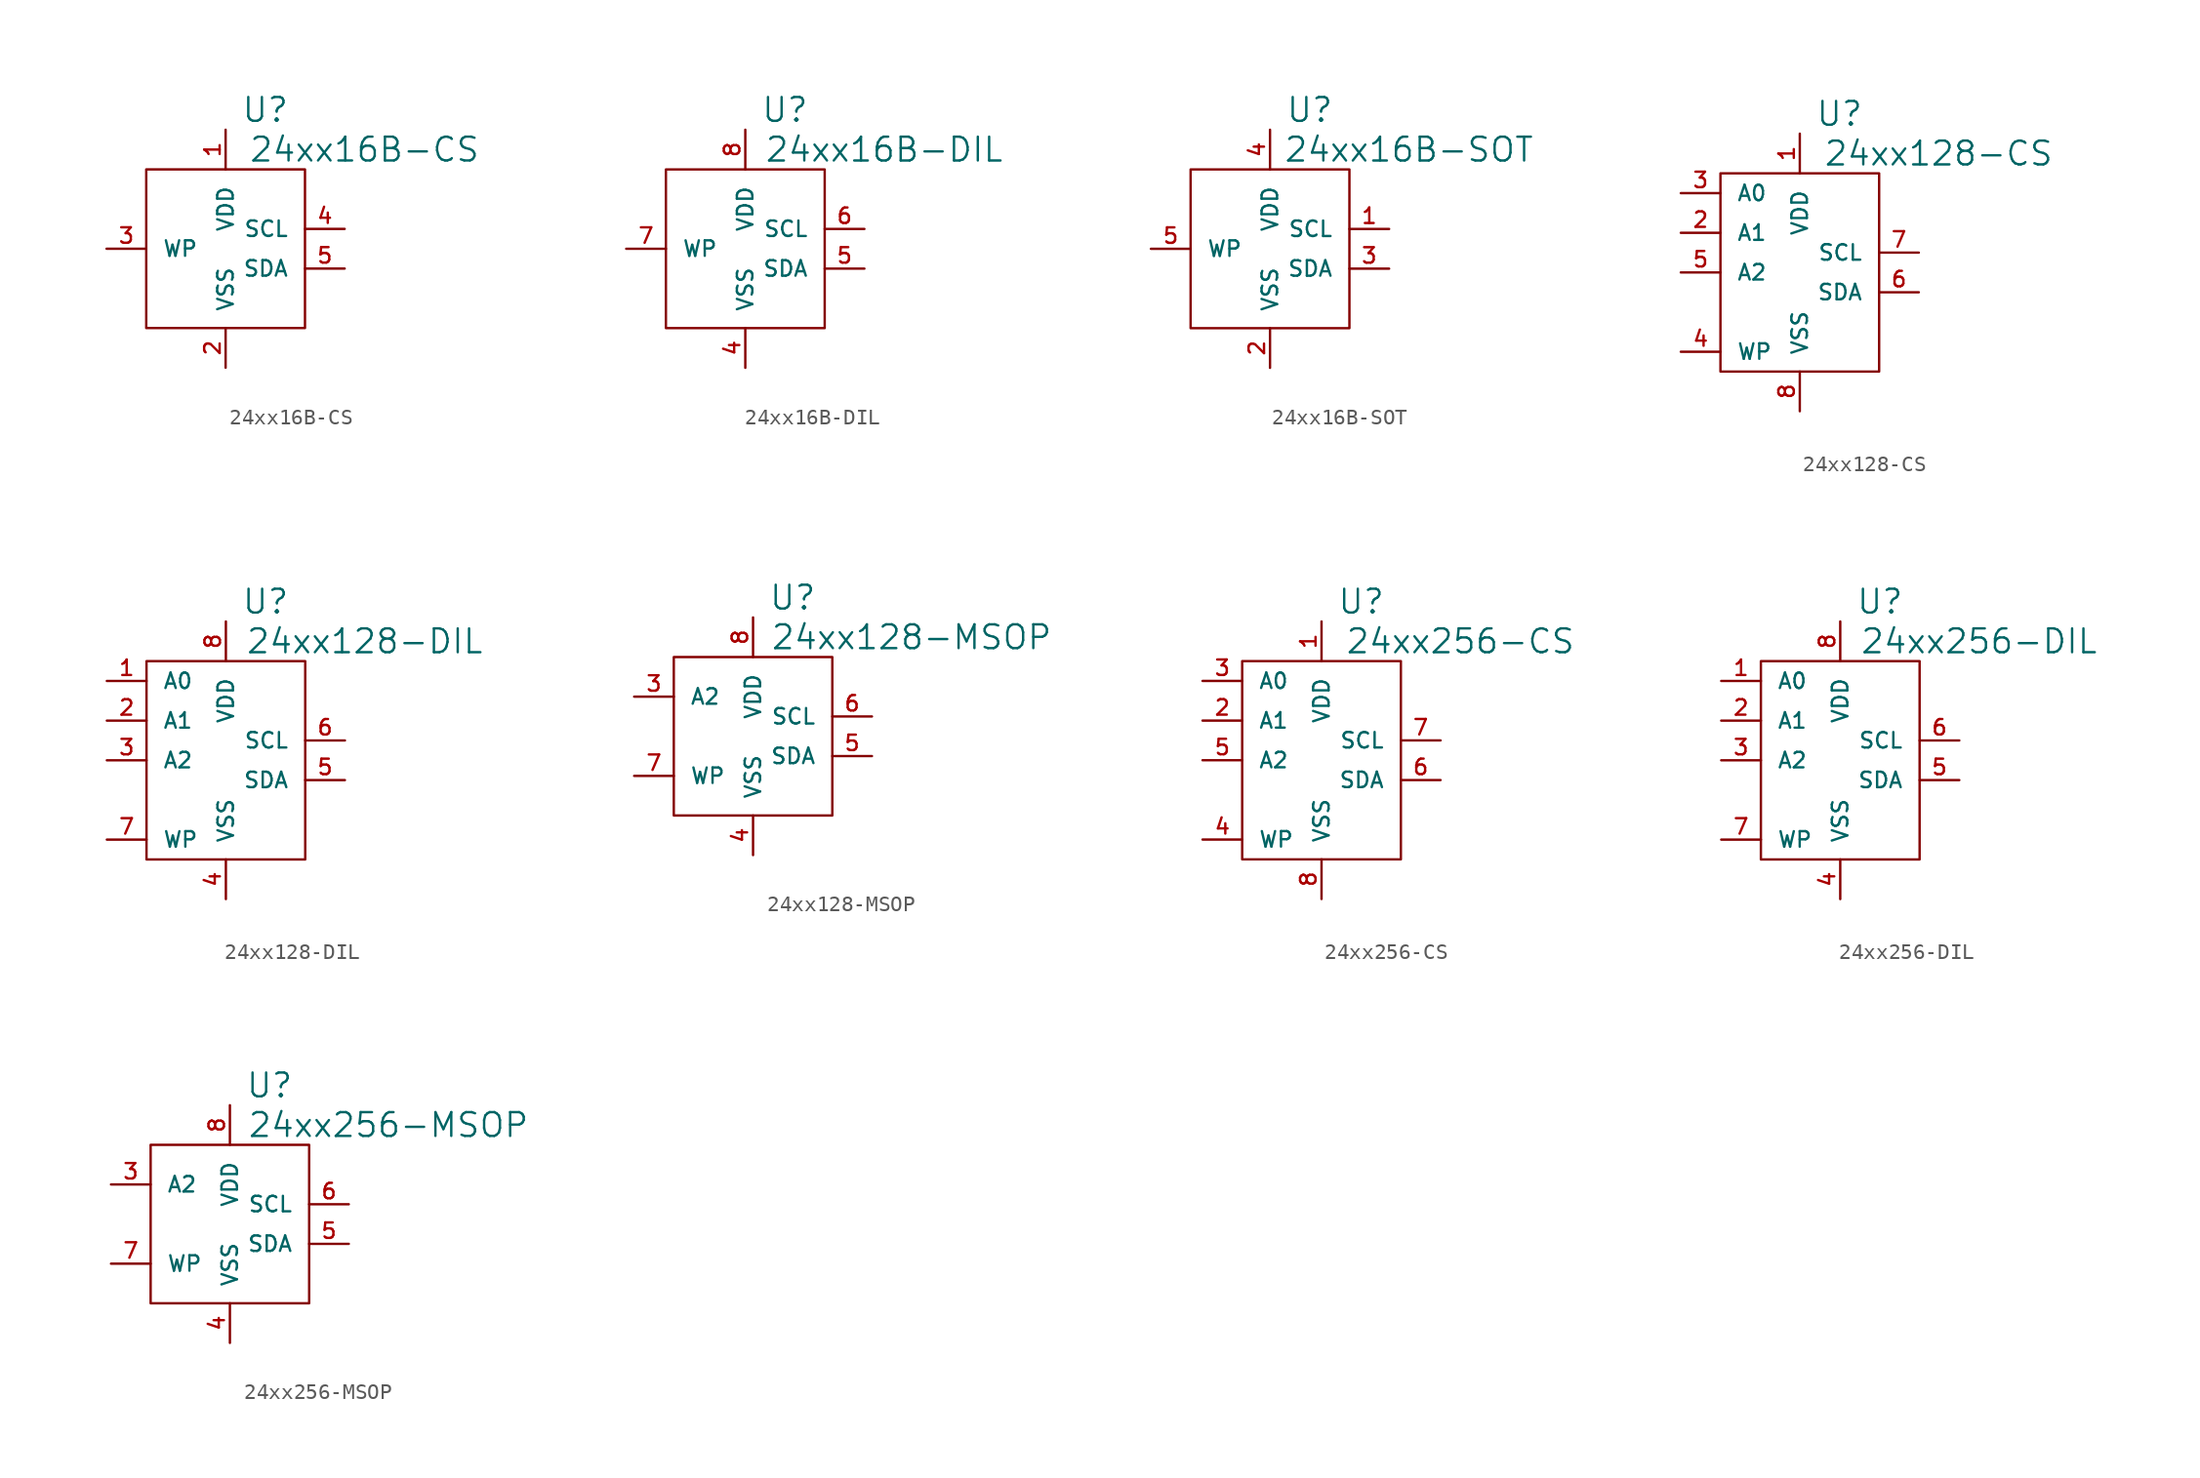
<source format=kicad_sym>
(kicad_symbol_lib
  (version 20220914)
  (generator kicad_symbol_editor)
  (symbol "24xx16B-CS"
    (pin_names
      (offset 1.016))
    (property "Reference" "U"
      (at 2.54 8.89 0)
      (effects (font (size 1.524 1.524))))
    (property "Value" "24xx16B-CS"
      (at 8.89 6.35 0)
      (effects (font (size 1.524 1.524))))
    (property "Footprint" ""
      (at 0 0 0)
      (effects (font (size 1.524 1.524))))
    (property "Datasheet" ""
      (at 0 0 0)
      (effects (font (size 1.524 1.524))))
    (symbol "24xx16B-CS_0_1"
      (rectangle (start 5.08 5.08) (end -5.08 -5.08) (stroke (width 0) (type solid)) (fill (type none))))
    (symbol "24xx16B-CS_1_1"
      (pin passive line (at 0 7.62 270) (length 2.54) (name "VDD" (effects (font (size 0.991 0.991)))) (number "1" (effects (font (size 0.991 0.991)))))
      (pin passive line (at 0 -7.62 90) (length 2.54) (name "VSS" (effects (font (size 0.991 0.991)))) (number "2" (effects (font (size 0.991 0.991)))))
      (pin passive line (at -7.62 0 0) (length 2.54) (name "WP" (effects (font (size 0.991 0.991)))) (number "3" (effects (font (size 0.991 0.991)))))
      (pin passive line (at 7.62 1.27 180) (length 2.54) (name "SCL" (effects (font (size 0.991 0.991)))) (number "4" (effects (font (size 0.991 0.991)))))
      (pin passive line (at 7.62 -1.27 180) (length 2.54) (name "SDA" (effects (font (size 0.991 0.991)))) (number "5" (effects (font (size 0.991 0.991)))))))
  (symbol "24xx16B-DIL"
    (pin_names
      (offset 1.016))
    (property "Reference" "U"
      (at 2.54 8.89 0)
      (effects (font (size 1.524 1.524))))
    (property "Value" "24xx16B-DIL"
      (at 8.89 6.35 0)
      (effects (font (size 1.524 1.524))))
    (property "Footprint" ""
      (at 0 0 0)
      (effects (font (size 1.524 1.524))))
    (property "Datasheet" ""
      (at 0 0 0)
      (effects (font (size 1.524 1.524))))
    (symbol "24xx16B-DIL_0_1"
      (rectangle (start 5.08 5.08) (end -5.08 -5.08) (stroke (width 0) (type solid)) (fill (type none))))
    (symbol "24xx16B-DIL_1_1"
      (pin passive line (at 0 -7.62 90) (length 2.54) (name "VSS" (effects (font (size 0.991 0.991)))) (number "4" (effects (font (size 0.991 0.991)))))
      (pin passive line (at 7.62 -1.27 180) (length 2.54) (name "SDA" (effects (font (size 0.991 0.991)))) (number "5" (effects (font (size 0.991 0.991)))))
      (pin passive line (at 7.62 1.27 180) (length 2.54) (name "SCL" (effects (font (size 0.991 0.991)))) (number "6" (effects (font (size 0.991 0.991)))))
      (pin passive line (at -7.62 0 0) (length 2.54) (name "WP" (effects (font (size 0.991 0.991)))) (number "7" (effects (font (size 0.991 0.991)))))
      (pin passive line (at 0 7.62 270) (length 2.54) (name "VDD" (effects (font (size 0.991 0.991)))) (number "8" (effects (font (size 0.991 0.991)))))))
  (symbol "24xx16B-SOT"
    (pin_names
      (offset 1.016))
    (property "Reference" "U"
      (at 2.54 8.89 0)
      (effects (font (size 1.524 1.524))))
    (property "Value" "24xx16B-SOT"
      (at 8.89 6.35 0)
      (effects (font (size 1.524 1.524))))
    (property "Footprint" ""
      (at 0 0 0)
      (effects (font (size 1.524 1.524))))
    (property "Datasheet" ""
      (at 0 0 0)
      (effects (font (size 1.524 1.524))))
    (symbol "24xx16B-SOT_0_1"
      (rectangle (start 5.08 5.08) (end -5.08 -5.08) (stroke (width 0) (type solid)) (fill (type none))))
    (symbol "24xx16B-SOT_1_1"
      (pin passive line (at 7.62 1.27 180) (length 2.54) (name "SCL" (effects (font (size 0.991 0.991)))) (number "1" (effects (font (size 0.991 0.991)))))
      (pin passive line (at 0 -7.62 90) (length 2.54) (name "VSS" (effects (font (size 0.991 0.991)))) (number "2" (effects (font (size 0.991 0.991)))))
      (pin passive line (at 7.62 -1.27 180) (length 2.54) (name "SDA" (effects (font (size 0.991 0.991)))) (number "3" (effects (font (size 0.991 0.991)))))
      (pin passive line (at 0 7.62 270) (length 2.54) (name "VDD" (effects (font (size 0.991 0.991)))) (number "4" (effects (font (size 0.991 0.991)))))
      (pin passive line (at -7.62 0 0) (length 2.54) (name "WP" (effects (font (size 0.991 0.991)))) (number "5" (effects (font (size 0.991 0.991)))))))
  (symbol "24xx128-CS"
    (pin_names
      (offset 1.016))
    (property "Reference" "U"
      (at 2.54 10.16 0)
      (effects (font (size 1.524 1.524))))
    (property "Value" "24xx128-CS"
      (at 8.89 7.62 0)
      (effects (font (size 1.524 1.524))))
    (property "Footprint" ""
      (at 0 0 0)
      (effects (font (size 1.524 1.524))))
    (property "Datasheet" ""
      (at 0 0 0)
      (effects (font (size 1.524 1.524))))
    (symbol "24xx128-CS_0_1"
      (rectangle (start -5.08 6.35) (end 5.08 -6.35) (stroke (width 0) (type solid)) (fill (type none))))
    (symbol "24xx128-CS_1_1"
      (pin passive line (at 0 8.89 270) (length 2.54) (name "VDD" (effects (font (size 0.991 0.991)))) (number "1" (effects (font (size 0.991 0.991)))))
      (pin passive line (at -7.62 2.54 0) (length 2.54) (name "A1" (effects (font (size 0.991 0.991)))) (number "2" (effects (font (size 0.991 0.991)))))
      (pin passive line (at -7.62 5.08 0) (length 2.54) (name "A0" (effects (font (size 0.991 0.991)))) (number "3" (effects (font (size 0.991 0.991)))))
      (pin passive line (at -7.62 -5.08 0) (length 2.54) (name "WP" (effects (font (size 0.991 0.991)))) (number "4" (effects (font (size 0.991 0.991)))))
      (pin passive line (at -7.62 0 0) (length 2.54) (name "A2" (effects (font (size 0.991 0.991)))) (number "5" (effects (font (size 0.991 0.991)))))
      (pin passive line (at 7.62 -1.27 180) (length 2.54) (name "SDA" (effects (font (size 0.991 0.991)))) (number "6" (effects (font (size 0.991 0.991)))))
      (pin passive line (at 7.62 1.27 180) (length 2.54) (name "SCL" (effects (font (size 0.991 0.991)))) (number "7" (effects (font (size 0.991 0.991)))))
      (pin passive line (at 0 -8.89 90) (length 2.54) (name "VSS" (effects (font (size 0.991 0.991)))) (number "8" (effects (font (size 0.991 0.991)))))))
  (symbol "24xx128-DIL"
    (pin_names
      (offset 1.016))
    (property "Reference" "U"
      (at 2.54 10.16 0)
      (effects (font (size 1.524 1.524))))
    (property "Value" "24xx128-DIL"
      (at 8.89 7.62 0)
      (effects (font (size 1.524 1.524))))
    (property "Footprint" ""
      (at 0 0 0)
      (effects (font (size 1.524 1.524))))
    (property "Datasheet" ""
      (at 0 0 0)
      (effects (font (size 1.524 1.524))))
    (symbol "24xx128-DIL_0_1"
      (rectangle (start -5.08 6.35) (end 5.08 -6.35) (stroke (width 0) (type solid)) (fill (type none))))
    (symbol "24xx128-DIL_1_1"
      (pin passive line (at -7.62 5.08 0) (length 2.54) (name "A0" (effects (font (size 0.991 0.991)))) (number "1" (effects (font (size 0.991 0.991)))))
      (pin passive line (at -7.62 2.54 0) (length 2.54) (name "A1" (effects (font (size 0.991 0.991)))) (number "2" (effects (font (size 0.991 0.991)))))
      (pin passive line (at -7.62 0 0) (length 2.54) (name "A2" (effects (font (size 0.991 0.991)))) (number "3" (effects (font (size 0.991 0.991)))))
      (pin passive line (at 0 -8.89 90) (length 2.54) (name "VSS" (effects (font (size 0.991 0.991)))) (number "4" (effects (font (size 0.991 0.991)))))
      (pin passive line (at 7.62 -1.27 180) (length 2.54) (name "SDA" (effects (font (size 0.991 0.991)))) (number "5" (effects (font (size 0.991 0.991)))))
      (pin passive line (at 7.62 1.27 180) (length 2.54) (name "SCL" (effects (font (size 0.991 0.991)))) (number "6" (effects (font (size 0.991 0.991)))))
      (pin passive line (at -7.62 -5.08 0) (length 2.54) (name "WP" (effects (font (size 0.991 0.991)))) (number "7" (effects (font (size 0.991 0.991)))))
      (pin passive line (at 0 8.89 270) (length 2.54) (name "VDD" (effects (font (size 0.991 0.991)))) (number "8" (effects (font (size 0.991 0.991)))))))
  (symbol "24xx128-MSOP"
    (pin_names
      (offset 1.016))
    (property "Reference" "U"
      (at 2.54 8.89 0)
      (effects (font (size 1.524 1.524))))
    (property "Value" "24xx128-MSOP"
      (at 10.16 6.35 0)
      (effects (font (size 1.524 1.524))))
    (property "Footprint" ""
      (at 0 0 0)
      (effects (font (size 1.524 1.524))))
    (property "Datasheet" ""
      (at 0 0 0)
      (effects (font (size 1.524 1.524))))
    (symbol "24xx128-MSOP_0_1"
      (rectangle (start 5.08 5.08) (end -5.08 -5.08) (stroke (width 0) (type solid)) (fill (type none))))
    (symbol "24xx128-MSOP_1_1"
      (pin passive line (at -7.62 2.54 0) (length 2.54) (name "A2" (effects (font (size 0.991 0.991)))) (number "3" (effects (font (size 0.991 0.991)))))
      (pin passive line (at 0 -7.62 90) (length 2.54) (name "VSS" (effects (font (size 0.991 0.991)))) (number "4" (effects (font (size 0.991 0.991)))))
      (pin passive line (at 7.62 -1.27 180) (length 2.54) (name "SDA" (effects (font (size 0.991 0.991)))) (number "5" (effects (font (size 0.991 0.991)))))
      (pin passive line (at 7.62 1.27 180) (length 2.54) (name "SCL" (effects (font (size 0.991 0.991)))) (number "6" (effects (font (size 0.991 0.991)))))
      (pin passive line (at -7.62 -2.54 0) (length 2.54) (name "WP" (effects (font (size 0.991 0.991)))) (number "7" (effects (font (size 0.991 0.991)))))
      (pin passive line (at 0 7.62 270) (length 2.54) (name "VDD" (effects (font (size 0.991 0.991)))) (number "8" (effects (font (size 0.991 0.991)))))))
  (symbol "24xx256-CS"
    (pin_names
      (offset 1.016))
    (property "Reference" "U"
      (at 2.54 10.16 0)
      (effects (font (size 1.524 1.524))))
    (property "Value" "24xx256-CS"
      (at 8.89 7.62 0)
      (effects (font (size 1.524 1.524))))
    (property "Footprint" ""
      (at 0 0 0)
      (effects (font (size 1.524 1.524))))
    (property "Datasheet" ""
      (at 0 0 0)
      (effects (font (size 1.524 1.524))))
    (symbol "24xx256-CS_0_1"
      (rectangle (start -5.08 6.35) (end 5.08 -6.35) (stroke (width 0) (type solid)) (fill (type none))))
    (symbol "24xx256-CS_1_1"
      (pin passive line (at 0 8.89 270) (length 2.54) (name "VDD" (effects (font (size 0.991 0.991)))) (number "1" (effects (font (size 0.991 0.991)))))
      (pin passive line (at -7.62 2.54 0) (length 2.54) (name "A1" (effects (font (size 0.991 0.991)))) (number "2" (effects (font (size 0.991 0.991)))))
      (pin passive line (at -7.62 5.08 0) (length 2.54) (name "A0" (effects (font (size 0.991 0.991)))) (number "3" (effects (font (size 0.991 0.991)))))
      (pin passive line (at -7.62 -5.08 0) (length 2.54) (name "WP" (effects (font (size 0.991 0.991)))) (number "4" (effects (font (size 0.991 0.991)))))
      (pin passive line (at -7.62 0 0) (length 2.54) (name "A2" (effects (font (size 0.991 0.991)))) (number "5" (effects (font (size 0.991 0.991)))))
      (pin passive line (at 7.62 -1.27 180) (length 2.54) (name "SDA" (effects (font (size 0.991 0.991)))) (number "6" (effects (font (size 0.991 0.991)))))
      (pin passive line (at 7.62 1.27 180) (length 2.54) (name "SCL" (effects (font (size 0.991 0.991)))) (number "7" (effects (font (size 0.991 0.991)))))
      (pin passive line (at 0 -8.89 90) (length 2.54) (name "VSS" (effects (font (size 0.991 0.991)))) (number "8" (effects (font (size 0.991 0.991)))))))
  (symbol "24xx256-DIL"
    (pin_names
      (offset 1.016))
    (property "Reference" "U"
      (at 2.54 10.16 0)
      (effects (font (size 1.524 1.524))))
    (property "Value" "24xx256-DIL"
      (at 8.89 7.62 0)
      (effects (font (size 1.524 1.524))))
    (property "Footprint" ""
      (at 0 0 0)
      (effects (font (size 1.524 1.524))))
    (property "Datasheet" ""
      (at 0 0 0)
      (effects (font (size 1.524 1.524))))
    (symbol "24xx256-DIL_0_1"
      (rectangle (start -5.08 6.35) (end 5.08 -6.35) (stroke (width 0) (type solid)) (fill (type none))))
    (symbol "24xx256-DIL_1_1"
      (pin passive line (at -7.62 5.08 0) (length 2.54) (name "A0" (effects (font (size 0.991 0.991)))) (number "1" (effects (font (size 0.991 0.991)))))
      (pin passive line (at -7.62 2.54 0) (length 2.54) (name "A1" (effects (font (size 0.991 0.991)))) (number "2" (effects (font (size 0.991 0.991)))))
      (pin passive line (at -7.62 0 0) (length 2.54) (name "A2" (effects (font (size 0.991 0.991)))) (number "3" (effects (font (size 0.991 0.991)))))
      (pin passive line (at 0 -8.89 90) (length 2.54) (name "VSS" (effects (font (size 0.991 0.991)))) (number "4" (effects (font (size 0.991 0.991)))))
      (pin passive line (at 7.62 -1.27 180) (length 2.54) (name "SDA" (effects (font (size 0.991 0.991)))) (number "5" (effects (font (size 0.991 0.991)))))
      (pin passive line (at 7.62 1.27 180) (length 2.54) (name "SCL" (effects (font (size 0.991 0.991)))) (number "6" (effects (font (size 0.991 0.991)))))
      (pin passive line (at -7.62 -5.08 0) (length 2.54) (name "WP" (effects (font (size 0.991 0.991)))) (number "7" (effects (font (size 0.991 0.991)))))
      (pin passive line (at 0 8.89 270) (length 2.54) (name "VDD" (effects (font (size 0.991 0.991)))) (number "8" (effects (font (size 0.991 0.991)))))))
  (symbol "24xx256-MSOP"
    (pin_names
      (offset 1.016))
    (property "Reference" "U"
      (at 2.54 8.89 0)
      (effects (font (size 1.524 1.524))))
    (property "Value" "24xx256-MSOP"
      (at 10.16 6.35 0)
      (effects (font (size 1.524 1.524))))
    (property "Footprint" ""
      (at 0 0 0)
      (effects (font (size 1.524 1.524))))
    (property "Datasheet" ""
      (at 0 0 0)
      (effects (font (size 1.524 1.524))))
    (symbol "24xx256-MSOP_0_1"
      (rectangle (start 5.08 5.08) (end -5.08 -5.08) (stroke (width 0) (type solid)) (fill (type none))))
    (symbol "24xx256-MSOP_1_1"
      (pin passive line (at -7.62 2.54 0) (length 2.54) (name "A2" (effects (font (size 0.991 0.991)))) (number "3" (effects (font (size 0.991 0.991)))))
      (pin passive line (at 0 -7.62 90) (length 2.54) (name "VSS" (effects (font (size 0.991 0.991)))) (number "4" (effects (font (size 0.991 0.991)))))
      (pin passive line (at 7.62 -1.27 180) (length 2.54) (name "SDA" (effects (font (size 0.991 0.991)))) (number "5" (effects (font (size 0.991 0.991)))))
      (pin passive line (at 7.62 1.27 180) (length 2.54) (name "SCL" (effects (font (size 0.991 0.991)))) (number "6" (effects (font (size 0.991 0.991)))))
      (pin passive line (at -7.62 -2.54 0) (length 2.54) (name "WP" (effects (font (size 0.991 0.991)))) (number "7" (effects (font (size 0.991 0.991)))))
      (pin passive line (at 0 7.62 270) (length 2.54) (name "VDD" (effects (font (size 0.991 0.991)))) (number "8" (effects (font (size 0.991 0.991))))))))
</source>
